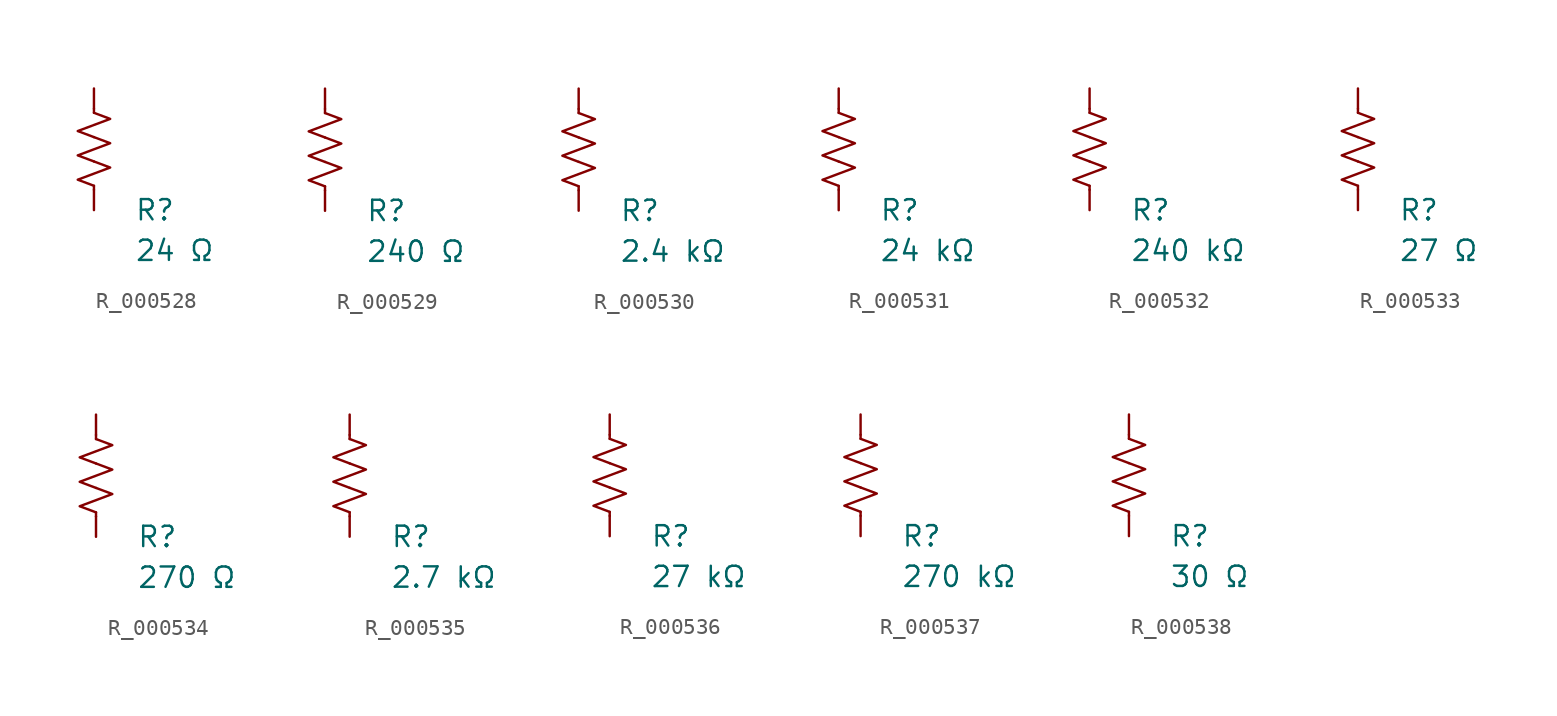
<source format=kicad_sym>
(kicad_symbol_lib
  (version 20231120)
  (generator "kicad_symbol_editor")
  (generator_version "8.0")
  (symbol "R_000528"
    (pin_numbers hide)
    (pin_names
      (offset 0))
    (property "Reference" "R"
      (at 2.54 -3.81 0)
      (effects (font (size 1.27 1.27)) (justify left))
      (show_name no))
    (property "Value" "24 Ω"
      (at 2.54 -6.35 0)
      (effects (font (size 1.27 1.27)) (justify left))
      (show_name no))
    (symbol "R_000528_0_1"
      (polyline (pts (xy 0 -2.286) (xy 0 -2.54)) (stroke (width 0) (type default)) (fill (type none)))
      (polyline (pts (xy 0 2.286) (xy 0 2.54)) (stroke (width 0) (type default)) (fill (type none)))
      (polyline (pts (xy 0 -0.762) (xy 1.016 -1.143) (xy 0 -1.524) (xy -1.016 -1.905) (xy 0 -2.286)) (stroke (width 0) (type default)) (fill (type none)))
      (polyline (pts (xy 0 0.762) (xy 1.016 0.381) (xy 0 0) (xy -1.016 -0.381) (xy 0 -0.762)) (stroke (width 0) (type default)) (fill (type none)))
      (polyline (pts (xy 0 2.286) (xy 1.016 1.905) (xy 0 1.524) (xy -1.016 1.143) (xy 0 0.762)) (stroke (width 0) (type default)) (fill (type none))))
    (symbol "R_000528_1_1"
      (pin passive line (at 0 3.81 270) (length 1.27) (name "~" (effects (font (size 1.27 1.27)))) (number "1" (effects (font (size 1.27 1.27)))))
      (pin passive line (at 0 -3.81 90) (length 1.27) (name "~" (effects (font (size 1.27 1.27)))) (number "2" (effects (font (size 1.27 1.27)))))))
  (symbol "R_000529"
    (pin_numbers hide)
    (pin_names
      (offset 0))
    (property "Reference" "R"
      (at 2.54 -3.81 0)
      (effects (font (size 1.27 1.27)) (justify left))
      (show_name no))
    (property "Value" "240 Ω"
      (at 2.54 -6.35 0)
      (effects (font (size 1.27 1.27)) (justify left))
      (show_name no))
    (symbol "R_000529_0_1"
      (polyline (pts (xy 0 -2.286) (xy 0 -2.54)) (stroke (width 0) (type default)) (fill (type none)))
      (polyline (pts (xy 0 2.286) (xy 0 2.54)) (stroke (width 0) (type default)) (fill (type none)))
      (polyline (pts (xy 0 -0.762) (xy 1.016 -1.143) (xy 0 -1.524) (xy -1.016 -1.905) (xy 0 -2.286)) (stroke (width 0) (type default)) (fill (type none)))
      (polyline (pts (xy 0 0.762) (xy 1.016 0.381) (xy 0 0) (xy -1.016 -0.381) (xy 0 -0.762)) (stroke (width 0) (type default)) (fill (type none)))
      (polyline (pts (xy 0 2.286) (xy 1.016 1.905) (xy 0 1.524) (xy -1.016 1.143) (xy 0 0.762)) (stroke (width 0) (type default)) (fill (type none))))
    (symbol "R_000529_1_1"
      (pin passive line (at 0 3.81 270) (length 1.27) (name "~" (effects (font (size 1.27 1.27)))) (number "1" (effects (font (size 1.27 1.27)))))
      (pin passive line (at 0 -3.81 90) (length 1.27) (name "~" (effects (font (size 1.27 1.27)))) (number "2" (effects (font (size 1.27 1.27)))))))
  (symbol "R_000530"
    (pin_numbers hide)
    (pin_names
      (offset 0))
    (property "Reference" "R"
      (at 2.54 -3.81 0)
      (effects (font (size 1.27 1.27)) (justify left))
      (show_name no))
    (property "Value" "2.4 kΩ"
      (at 2.54 -6.35 0)
      (effects (font (size 1.27 1.27)) (justify left))
      (show_name no))
    (symbol "R_000530_0_1"
      (polyline (pts (xy 0 -2.286) (xy 0 -2.54)) (stroke (width 0) (type default)) (fill (type none)))
      (polyline (pts (xy 0 2.286) (xy 0 2.54)) (stroke (width 0) (type default)) (fill (type none)))
      (polyline (pts (xy 0 -0.762) (xy 1.016 -1.143) (xy 0 -1.524) (xy -1.016 -1.905) (xy 0 -2.286)) (stroke (width 0) (type default)) (fill (type none)))
      (polyline (pts (xy 0 0.762) (xy 1.016 0.381) (xy 0 0) (xy -1.016 -0.381) (xy 0 -0.762)) (stroke (width 0) (type default)) (fill (type none)))
      (polyline (pts (xy 0 2.286) (xy 1.016 1.905) (xy 0 1.524) (xy -1.016 1.143) (xy 0 0.762)) (stroke (width 0) (type default)) (fill (type none))))
    (symbol "R_000530_1_1"
      (pin passive line (at 0 3.81 270) (length 1.27) (name "~" (effects (font (size 1.27 1.27)))) (number "1" (effects (font (size 1.27 1.27)))))
      (pin passive line (at 0 -3.81 90) (length 1.27) (name "~" (effects (font (size 1.27 1.27)))) (number "2" (effects (font (size 1.27 1.27)))))))
  (symbol "R_000531"
    (pin_numbers hide)
    (pin_names
      (offset 0))
    (property "Reference" "R"
      (at 2.54 -3.81 0)
      (effects (font (size 1.27 1.27)) (justify left))
      (show_name no))
    (property "Value" "24 kΩ"
      (at 2.54 -6.35 0)
      (effects (font (size 1.27 1.27)) (justify left))
      (show_name no))
    (symbol "R_000531_0_1"
      (polyline (pts (xy 0 -2.286) (xy 0 -2.54)) (stroke (width 0) (type default)) (fill (type none)))
      (polyline (pts (xy 0 2.286) (xy 0 2.54)) (stroke (width 0) (type default)) (fill (type none)))
      (polyline (pts (xy 0 -0.762) (xy 1.016 -1.143) (xy 0 -1.524) (xy -1.016 -1.905) (xy 0 -2.286)) (stroke (width 0) (type default)) (fill (type none)))
      (polyline (pts (xy 0 0.762) (xy 1.016 0.381) (xy 0 0) (xy -1.016 -0.381) (xy 0 -0.762)) (stroke (width 0) (type default)) (fill (type none)))
      (polyline (pts (xy 0 2.286) (xy 1.016 1.905) (xy 0 1.524) (xy -1.016 1.143) (xy 0 0.762)) (stroke (width 0) (type default)) (fill (type none))))
    (symbol "R_000531_1_1"
      (pin passive line (at 0 3.81 270) (length 1.27) (name "~" (effects (font (size 1.27 1.27)))) (number "1" (effects (font (size 1.27 1.27)))))
      (pin passive line (at 0 -3.81 90) (length 1.27) (name "~" (effects (font (size 1.27 1.27)))) (number "2" (effects (font (size 1.27 1.27)))))))
  (symbol "R_000532"
    (pin_numbers hide)
    (pin_names
      (offset 0))
    (property "Reference" "R"
      (at 2.54 -3.81 0)
      (effects (font (size 1.27 1.27)) (justify left))
      (show_name no))
    (property "Value" "240 kΩ"
      (at 2.54 -6.35 0)
      (effects (font (size 1.27 1.27)) (justify left))
      (show_name no))
    (symbol "R_000532_0_1"
      (polyline (pts (xy 0 -2.286) (xy 0 -2.54)) (stroke (width 0) (type default)) (fill (type none)))
      (polyline (pts (xy 0 2.286) (xy 0 2.54)) (stroke (width 0) (type default)) (fill (type none)))
      (polyline (pts (xy 0 -0.762) (xy 1.016 -1.143) (xy 0 -1.524) (xy -1.016 -1.905) (xy 0 -2.286)) (stroke (width 0) (type default)) (fill (type none)))
      (polyline (pts (xy 0 0.762) (xy 1.016 0.381) (xy 0 0) (xy -1.016 -0.381) (xy 0 -0.762)) (stroke (width 0) (type default)) (fill (type none)))
      (polyline (pts (xy 0 2.286) (xy 1.016 1.905) (xy 0 1.524) (xy -1.016 1.143) (xy 0 0.762)) (stroke (width 0) (type default)) (fill (type none))))
    (symbol "R_000532_1_1"
      (pin passive line (at 0 3.81 270) (length 1.27) (name "~" (effects (font (size 1.27 1.27)))) (number "1" (effects (font (size 1.27 1.27)))))
      (pin passive line (at 0 -3.81 90) (length 1.27) (name "~" (effects (font (size 1.27 1.27)))) (number "2" (effects (font (size 1.27 1.27)))))))
  (symbol "R_000533"
    (pin_numbers hide)
    (pin_names
      (offset 0))
    (property "Reference" "R"
      (at 2.54 -3.81 0)
      (effects (font (size 1.27 1.27)) (justify left))
      (show_name no))
    (property "Value" "27 Ω"
      (at 2.54 -6.35 0)
      (effects (font (size 1.27 1.27)) (justify left))
      (show_name no))
    (symbol "R_000533_0_1"
      (polyline (pts (xy 0 -2.286) (xy 0 -2.54)) (stroke (width 0) (type default)) (fill (type none)))
      (polyline (pts (xy 0 2.286) (xy 0 2.54)) (stroke (width 0) (type default)) (fill (type none)))
      (polyline (pts (xy 0 -0.762) (xy 1.016 -1.143) (xy 0 -1.524) (xy -1.016 -1.905) (xy 0 -2.286)) (stroke (width 0) (type default)) (fill (type none)))
      (polyline (pts (xy 0 0.762) (xy 1.016 0.381) (xy 0 0) (xy -1.016 -0.381) (xy 0 -0.762)) (stroke (width 0) (type default)) (fill (type none)))
      (polyline (pts (xy 0 2.286) (xy 1.016 1.905) (xy 0 1.524) (xy -1.016 1.143) (xy 0 0.762)) (stroke (width 0) (type default)) (fill (type none))))
    (symbol "R_000533_1_1"
      (pin passive line (at 0 3.81 270) (length 1.27) (name "~" (effects (font (size 1.27 1.27)))) (number "1" (effects (font (size 1.27 1.27)))))
      (pin passive line (at 0 -3.81 90) (length 1.27) (name "~" (effects (font (size 1.27 1.27)))) (number "2" (effects (font (size 1.27 1.27)))))))
  (symbol "R_000534"
    (pin_numbers hide)
    (pin_names
      (offset 0))
    (property "Reference" "R"
      (at 2.54 -3.81 0)
      (effects (font (size 1.27 1.27)) (justify left))
      (show_name no))
    (property "Value" "270 Ω"
      (at 2.54 -6.35 0)
      (effects (font (size 1.27 1.27)) (justify left))
      (show_name no))
    (symbol "R_000534_0_1"
      (polyline (pts (xy 0 -2.286) (xy 0 -2.54)) (stroke (width 0) (type default)) (fill (type none)))
      (polyline (pts (xy 0 2.286) (xy 0 2.54)) (stroke (width 0) (type default)) (fill (type none)))
      (polyline (pts (xy 0 -0.762) (xy 1.016 -1.143) (xy 0 -1.524) (xy -1.016 -1.905) (xy 0 -2.286)) (stroke (width 0) (type default)) (fill (type none)))
      (polyline (pts (xy 0 0.762) (xy 1.016 0.381) (xy 0 0) (xy -1.016 -0.381) (xy 0 -0.762)) (stroke (width 0) (type default)) (fill (type none)))
      (polyline (pts (xy 0 2.286) (xy 1.016 1.905) (xy 0 1.524) (xy -1.016 1.143) (xy 0 0.762)) (stroke (width 0) (type default)) (fill (type none))))
    (symbol "R_000534_1_1"
      (pin passive line (at 0 3.81 270) (length 1.27) (name "~" (effects (font (size 1.27 1.27)))) (number "1" (effects (font (size 1.27 1.27)))))
      (pin passive line (at 0 -3.81 90) (length 1.27) (name "~" (effects (font (size 1.27 1.27)))) (number "2" (effects (font (size 1.27 1.27)))))))
  (symbol "R_000535"
    (pin_numbers hide)
    (pin_names
      (offset 0))
    (property "Reference" "R"
      (at 2.54 -3.81 0)
      (effects (font (size 1.27 1.27)) (justify left))
      (show_name no))
    (property "Value" "2.7 kΩ"
      (at 2.54 -6.35 0)
      (effects (font (size 1.27 1.27)) (justify left))
      (show_name no))
    (symbol "R_000535_0_1"
      (polyline (pts (xy 0 -2.286) (xy 0 -2.54)) (stroke (width 0) (type default)) (fill (type none)))
      (polyline (pts (xy 0 2.286) (xy 0 2.54)) (stroke (width 0) (type default)) (fill (type none)))
      (polyline (pts (xy 0 -0.762) (xy 1.016 -1.143) (xy 0 -1.524) (xy -1.016 -1.905) (xy 0 -2.286)) (stroke (width 0) (type default)) (fill (type none)))
      (polyline (pts (xy 0 0.762) (xy 1.016 0.381) (xy 0 0) (xy -1.016 -0.381) (xy 0 -0.762)) (stroke (width 0) (type default)) (fill (type none)))
      (polyline (pts (xy 0 2.286) (xy 1.016 1.905) (xy 0 1.524) (xy -1.016 1.143) (xy 0 0.762)) (stroke (width 0) (type default)) (fill (type none))))
    (symbol "R_000535_1_1"
      (pin passive line (at 0 3.81 270) (length 1.27) (name "~" (effects (font (size 1.27 1.27)))) (number "1" (effects (font (size 1.27 1.27)))))
      (pin passive line (at 0 -3.81 90) (length 1.27) (name "~" (effects (font (size 1.27 1.27)))) (number "2" (effects (font (size 1.27 1.27)))))))
  (symbol "R_000536"
    (pin_numbers hide)
    (pin_names
      (offset 0))
    (property "Reference" "R"
      (at 2.54 -3.81 0)
      (effects (font (size 1.27 1.27)) (justify left))
      (show_name no))
    (property "Value" "27 kΩ"
      (at 2.54 -6.35 0)
      (effects (font (size 1.27 1.27)) (justify left))
      (show_name no))
    (symbol "R_000536_0_1"
      (polyline (pts (xy 0 -2.286) (xy 0 -2.54)) (stroke (width 0) (type default)) (fill (type none)))
      (polyline (pts (xy 0 2.286) (xy 0 2.54)) (stroke (width 0) (type default)) (fill (type none)))
      (polyline (pts (xy 0 -0.762) (xy 1.016 -1.143) (xy 0 -1.524) (xy -1.016 -1.905) (xy 0 -2.286)) (stroke (width 0) (type default)) (fill (type none)))
      (polyline (pts (xy 0 0.762) (xy 1.016 0.381) (xy 0 0) (xy -1.016 -0.381) (xy 0 -0.762)) (stroke (width 0) (type default)) (fill (type none)))
      (polyline (pts (xy 0 2.286) (xy 1.016 1.905) (xy 0 1.524) (xy -1.016 1.143) (xy 0 0.762)) (stroke (width 0) (type default)) (fill (type none))))
    (symbol "R_000536_1_1"
      (pin passive line (at 0 3.81 270) (length 1.27) (name "~" (effects (font (size 1.27 1.27)))) (number "1" (effects (font (size 1.27 1.27)))))
      (pin passive line (at 0 -3.81 90) (length 1.27) (name "~" (effects (font (size 1.27 1.27)))) (number "2" (effects (font (size 1.27 1.27)))))))
  (symbol "R_000537"
    (pin_numbers hide)
    (pin_names
      (offset 0))
    (property "Reference" "R"
      (at 2.54 -3.81 0)
      (effects (font (size 1.27 1.27)) (justify left))
      (show_name no))
    (property "Value" "270 kΩ"
      (at 2.54 -6.35 0)
      (effects (font (size 1.27 1.27)) (justify left))
      (show_name no))
    (symbol "R_000537_0_1"
      (polyline (pts (xy 0 -2.286) (xy 0 -2.54)) (stroke (width 0) (type default)) (fill (type none)))
      (polyline (pts (xy 0 2.286) (xy 0 2.54)) (stroke (width 0) (type default)) (fill (type none)))
      (polyline (pts (xy 0 -0.762) (xy 1.016 -1.143) (xy 0 -1.524) (xy -1.016 -1.905) (xy 0 -2.286)) (stroke (width 0) (type default)) (fill (type none)))
      (polyline (pts (xy 0 0.762) (xy 1.016 0.381) (xy 0 0) (xy -1.016 -0.381) (xy 0 -0.762)) (stroke (width 0) (type default)) (fill (type none)))
      (polyline (pts (xy 0 2.286) (xy 1.016 1.905) (xy 0 1.524) (xy -1.016 1.143) (xy 0 0.762)) (stroke (width 0) (type default)) (fill (type none))))
    (symbol "R_000537_1_1"
      (pin passive line (at 0 3.81 270) (length 1.27) (name "~" (effects (font (size 1.27 1.27)))) (number "1" (effects (font (size 1.27 1.27)))))
      (pin passive line (at 0 -3.81 90) (length 1.27) (name "~" (effects (font (size 1.27 1.27)))) (number "2" (effects (font (size 1.27 1.27)))))))
  (symbol "R_000538"
    (pin_numbers hide)
    (pin_names
      (offset 0))
    (property "Reference" "R"
      (at 2.54 -3.81 0)
      (effects (font (size 1.27 1.27)) (justify left))
      (show_name no))
    (property "Value" "30 Ω"
      (at 2.54 -6.35 0)
      (effects (font (size 1.27 1.27)) (justify left))
      (show_name no))
    (symbol "R_000538_0_1"
      (polyline (pts (xy 0 -2.286) (xy 0 -2.54)) (stroke (width 0) (type default)) (fill (type none)))
      (polyline (pts (xy 0 2.286) (xy 0 2.54)) (stroke (width 0) (type default)) (fill (type none)))
      (polyline (pts (xy 0 -0.762) (xy 1.016 -1.143) (xy 0 -1.524) (xy -1.016 -1.905) (xy 0 -2.286)) (stroke (width 0) (type default)) (fill (type none)))
      (polyline (pts (xy 0 0.762) (xy 1.016 0.381) (xy 0 0) (xy -1.016 -0.381) (xy 0 -0.762)) (stroke (width 0) (type default)) (fill (type none)))
      (polyline (pts (xy 0 2.286) (xy 1.016 1.905) (xy 0 1.524) (xy -1.016 1.143) (xy 0 0.762)) (stroke (width 0) (type default)) (fill (type none))))
    (symbol "R_000538_1_1"
      (pin passive line (at 0 3.81 270) (length 1.27) (name "~" (effects (font (size 1.27 1.27)))) (number "1" (effects (font (size 1.27 1.27)))))
      (pin passive line (at 0 -3.81 90) (length 1.27) (name "~" (effects (font (size 1.27 1.27)))) (number "2" (effects (font (size 1.27 1.27))))))))
</source>
